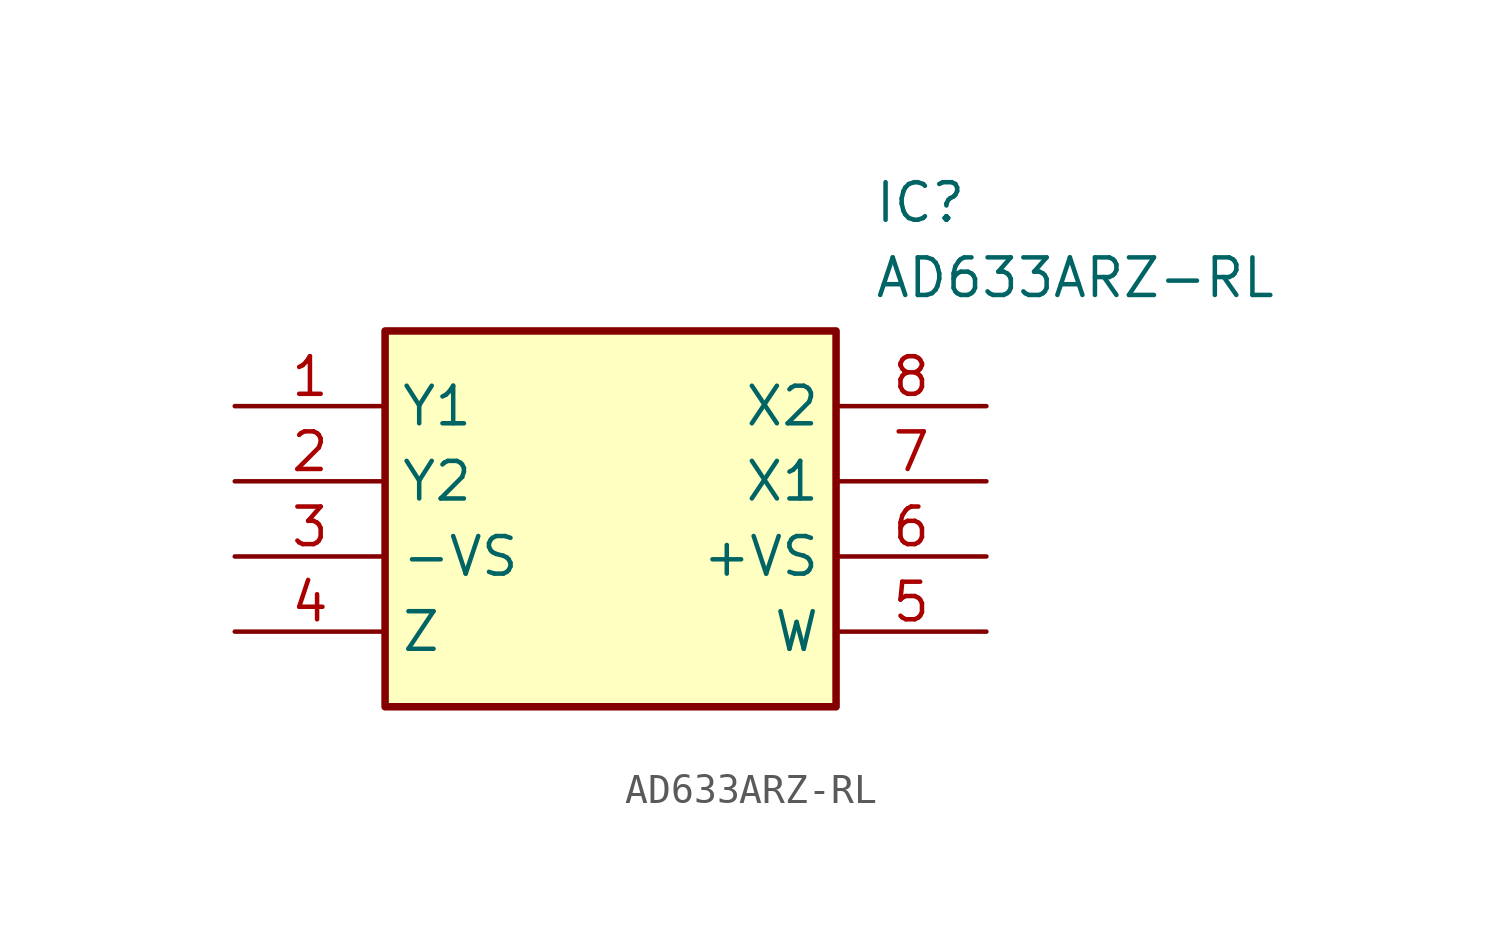
<source format=kicad_sym>
(kicad_symbol_lib
  (version 20211014)
  (generator SamacSys_ECAD_Model)
  (symbol "AD633ARZ-RL"
    (property "Reference" "IC"
      (at 21.59 7.62 0)
      (effects (font (size 1.27 1.27)) (justify left top)))
    (property "Value" "AD633ARZ-RL"
      (at 21.59 5.08 0)
      (effects (font (size 1.27 1.27)) (justify left top)))
    (rectangle
      (start 5.08 2.54)
      (end 20.32 -10.16)
      (stroke (width 0.254) (type default))
      (fill (type background)))
    (pin passive line
      (at 0 0 0)
      (length 5.08)
      (name "Y1" (effects (font (size 1.27 1.27))))
      (number "1" (effects (font (size 1.27 1.27)))))
    (pin passive line
      (at 0 -2.54 0)
      (length 5.08)
      (name "Y2" (effects (font (size 1.27 1.27))))
      (number "2" (effects (font (size 1.27 1.27)))))
    (pin passive line
      (at 0 -5.08 0)
      (length 5.08)
      (name "-VS" (effects (font (size 1.27 1.27))))
      (number "3" (effects (font (size 1.27 1.27)))))
    (pin passive line
      (at 0 -7.62 0)
      (length 5.08)
      (name "Z" (effects (font (size 1.27 1.27))))
      (number "4" (effects (font (size 1.27 1.27)))))
    (pin passive line
      (at 25.4 0 180)
      (length 5.08)
      (name "X2" (effects (font (size 1.27 1.27))))
      (number "8" (effects (font (size 1.27 1.27)))))
    (pin passive line
      (at 25.4 -2.54 180)
      (length 5.08)
      (name "X1" (effects (font (size 1.27 1.27))))
      (number "7" (effects (font (size 1.27 1.27)))))
    (pin passive line
      (at 25.4 -5.08 180)
      (length 5.08)
      (name "+VS" (effects (font (size 1.27 1.27))))
      (number "6" (effects (font (size 1.27 1.27)))))
    (pin passive line
      (at 25.4 -7.62 180)
      (length 5.08)
      (name "W" (effects (font (size 1.27 1.27))))
      (number "5" (effects (font (size 1.27 1.27)))))))
</source>
